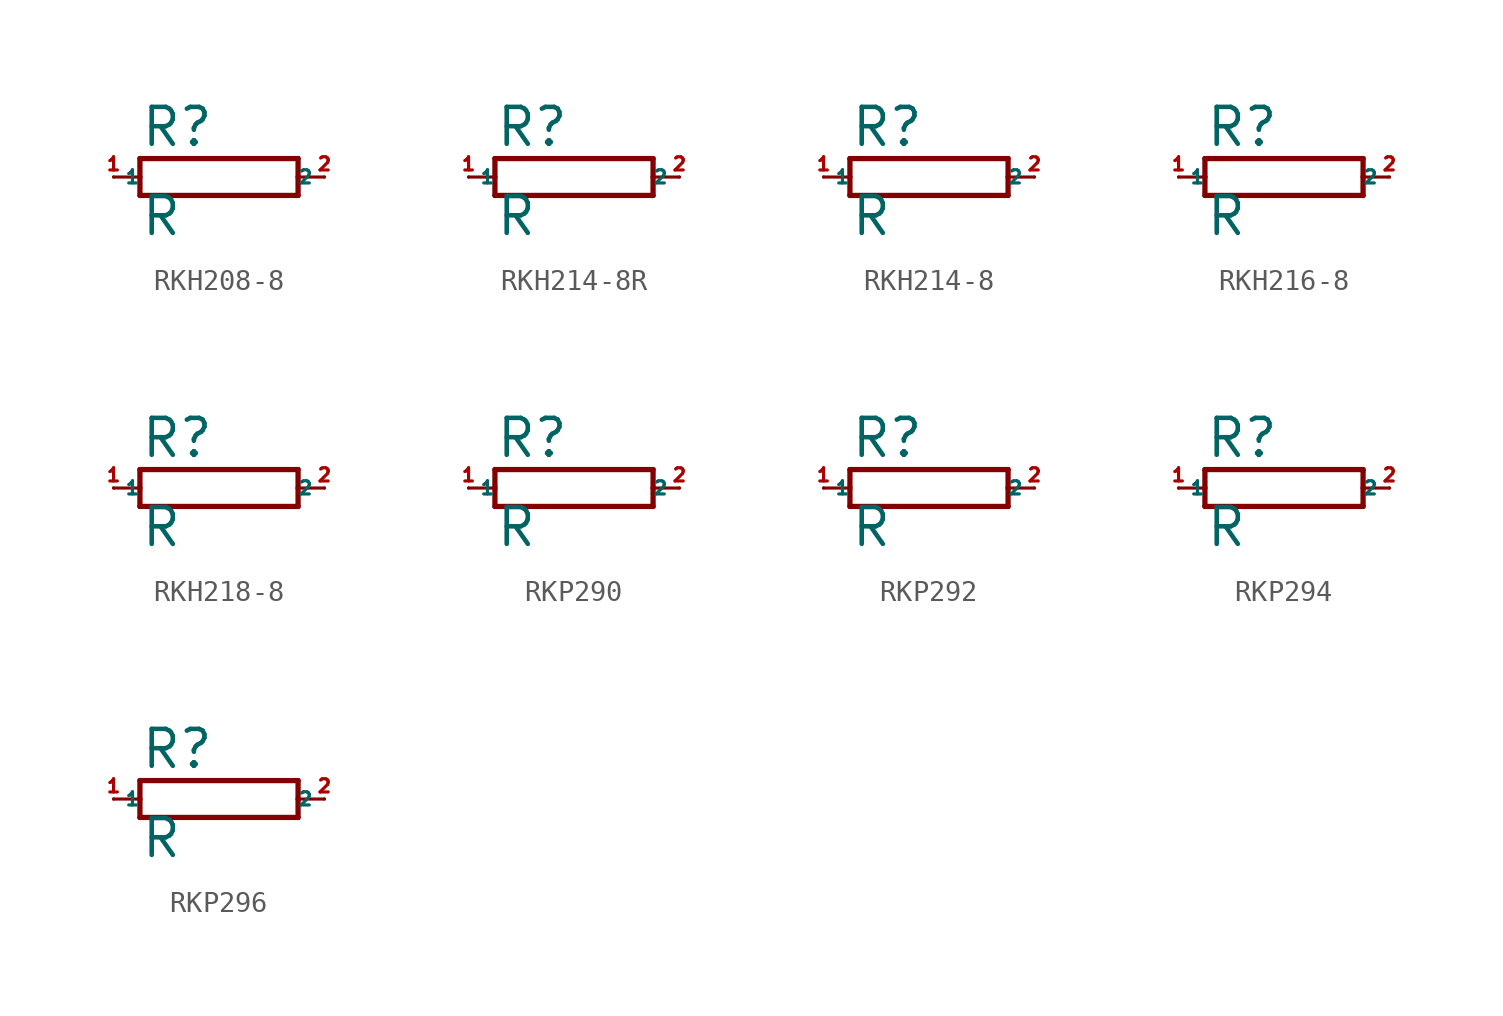
<source format=kicad_sym>
(kicad_symbol_lib
  (version 20220914)
  (generator Eagle2Kicad)
  (symbol "RKH208-8"
    (property "Reference" "R"
      (at -3.81 1.372 0)
      (effects (font (size 1.778 1.778) (thickness 0.22)) (justify left bottom)))
    (property "Value" "R"
      (at -3.81 -2.921 0)
      (effects (font (size 1.778 1.778) (thickness 0.22)) (justify left bottom)))
    (polyline
      (pts (xy -3.81 -0.889) (xy 3.81 -0.889))
      (stroke (width 0.254) (type default))
      (fill (type none)))
    (polyline
      (pts (xy 3.81 -0.889) (xy 3.81 0))
      (stroke (width 0.254) (type default))
      (fill (type none)))
    (polyline
      (pts (xy 3.81 0.889) (xy -3.81 0.889))
      (stroke (width 0.254) (type default))
      (fill (type none)))
    (polyline
      (pts (xy -3.81 -0.889) (xy -3.81 0))
      (stroke (width 0.254) (type default))
      (fill (type none)))
    (polyline
      (pts (xy 3.81 0) (xy 5.08 0))
      (stroke (width 0.152) (type default))
      (fill (type none)))
    (polyline
      (pts (xy 3.81 0) (xy 3.81 0.889))
      (stroke (width 0.254) (type default))
      (fill (type none)))
    (polyline
      (pts (xy -5.08 0) (xy -3.81 0))
      (stroke (width 0.152) (type default))
      (fill (type none)))
    (polyline
      (pts (xy -3.81 0) (xy -3.81 0.889))
      (stroke (width 0.254) (type default))
      (fill (type none)))
    (pin passive line
      (at 5.08 0 180)
      (length 0)
      (name "2" (effects (font (size 0.635 0.635) (thickness 0.08)) (justify left bottom)))
      (number "2" (effects (font (size 0.635 0.635) (thickness 0.08)) (justify left bottom))))
    (pin passive line
      (at -5.08 0 0)
      (length 0)
      (name "1" (effects (font (size 0.635 0.635) (thickness 0.08)) (justify left bottom)))
      (number "1" (effects (font (size 0.635 0.635) (thickness 0.08)) (justify left bottom)))))
  (symbol "RKH214-8R"
    (property "Reference" "R"
      (at -3.81 1.372 0)
      (effects (font (size 1.778 1.778) (thickness 0.22)) (justify left bottom)))
    (property "Value" "R"
      (at -3.81 -2.921 0)
      (effects (font (size 1.778 1.778) (thickness 0.22)) (justify left bottom)))
    (polyline
      (pts (xy -3.81 -0.889) (xy 3.81 -0.889))
      (stroke (width 0.254) (type default))
      (fill (type none)))
    (polyline
      (pts (xy 3.81 -0.889) (xy 3.81 0))
      (stroke (width 0.254) (type default))
      (fill (type none)))
    (polyline
      (pts (xy 3.81 0.889) (xy -3.81 0.889))
      (stroke (width 0.254) (type default))
      (fill (type none)))
    (polyline
      (pts (xy -3.81 -0.889) (xy -3.81 0))
      (stroke (width 0.254) (type default))
      (fill (type none)))
    (polyline
      (pts (xy 3.81 0) (xy 5.08 0))
      (stroke (width 0.152) (type default))
      (fill (type none)))
    (polyline
      (pts (xy 3.81 0) (xy 3.81 0.889))
      (stroke (width 0.254) (type default))
      (fill (type none)))
    (polyline
      (pts (xy -5.08 0) (xy -3.81 0))
      (stroke (width 0.152) (type default))
      (fill (type none)))
    (polyline
      (pts (xy -3.81 0) (xy -3.81 0.889))
      (stroke (width 0.254) (type default))
      (fill (type none)))
    (pin passive line
      (at 5.08 0 180)
      (length 0)
      (name "2" (effects (font (size 0.635 0.635) (thickness 0.08)) (justify left bottom)))
      (number "2" (effects (font (size 0.635 0.635) (thickness 0.08)) (justify left bottom))))
    (pin passive line
      (at -5.08 0 0)
      (length 0)
      (name "1" (effects (font (size 0.635 0.635) (thickness 0.08)) (justify left bottom)))
      (number "1" (effects (font (size 0.635 0.635) (thickness 0.08)) (justify left bottom)))))
  (symbol "RKH214-8"
    (property "Reference" "R"
      (at -3.81 1.372 0)
      (effects (font (size 1.778 1.778) (thickness 0.22)) (justify left bottom)))
    (property "Value" "R"
      (at -3.81 -2.921 0)
      (effects (font (size 1.778 1.778) (thickness 0.22)) (justify left bottom)))
    (polyline
      (pts (xy -3.81 -0.889) (xy 3.81 -0.889))
      (stroke (width 0.254) (type default))
      (fill (type none)))
    (polyline
      (pts (xy 3.81 -0.889) (xy 3.81 0))
      (stroke (width 0.254) (type default))
      (fill (type none)))
    (polyline
      (pts (xy 3.81 0.889) (xy -3.81 0.889))
      (stroke (width 0.254) (type default))
      (fill (type none)))
    (polyline
      (pts (xy -3.81 -0.889) (xy -3.81 0))
      (stroke (width 0.254) (type default))
      (fill (type none)))
    (polyline
      (pts (xy 3.81 0) (xy 5.08 0))
      (stroke (width 0.152) (type default))
      (fill (type none)))
    (polyline
      (pts (xy 3.81 0) (xy 3.81 0.889))
      (stroke (width 0.254) (type default))
      (fill (type none)))
    (polyline
      (pts (xy -5.08 0) (xy -3.81 0))
      (stroke (width 0.152) (type default))
      (fill (type none)))
    (polyline
      (pts (xy -3.81 0) (xy -3.81 0.889))
      (stroke (width 0.254) (type default))
      (fill (type none)))
    (pin passive line
      (at 5.08 0 180)
      (length 0)
      (name "2" (effects (font (size 0.635 0.635) (thickness 0.08)) (justify left bottom)))
      (number "2" (effects (font (size 0.635 0.635) (thickness 0.08)) (justify left bottom))))
    (pin passive line
      (at -5.08 0 0)
      (length 0)
      (name "1" (effects (font (size 0.635 0.635) (thickness 0.08)) (justify left bottom)))
      (number "1" (effects (font (size 0.635 0.635) (thickness 0.08)) (justify left bottom)))))
  (symbol "RKH216-8"
    (property "Reference" "R"
      (at -3.81 1.372 0)
      (effects (font (size 1.778 1.778) (thickness 0.22)) (justify left bottom)))
    (property "Value" "R"
      (at -3.81 -2.921 0)
      (effects (font (size 1.778 1.778) (thickness 0.22)) (justify left bottom)))
    (polyline
      (pts (xy -3.81 -0.889) (xy 3.81 -0.889))
      (stroke (width 0.254) (type default))
      (fill (type none)))
    (polyline
      (pts (xy 3.81 -0.889) (xy 3.81 0))
      (stroke (width 0.254) (type default))
      (fill (type none)))
    (polyline
      (pts (xy 3.81 0.889) (xy -3.81 0.889))
      (stroke (width 0.254) (type default))
      (fill (type none)))
    (polyline
      (pts (xy -3.81 -0.889) (xy -3.81 0))
      (stroke (width 0.254) (type default))
      (fill (type none)))
    (polyline
      (pts (xy 3.81 0) (xy 5.08 0))
      (stroke (width 0.152) (type default))
      (fill (type none)))
    (polyline
      (pts (xy 3.81 0) (xy 3.81 0.889))
      (stroke (width 0.254) (type default))
      (fill (type none)))
    (polyline
      (pts (xy -5.08 0) (xy -3.81 0))
      (stroke (width 0.152) (type default))
      (fill (type none)))
    (polyline
      (pts (xy -3.81 0) (xy -3.81 0.889))
      (stroke (width 0.254) (type default))
      (fill (type none)))
    (pin passive line
      (at 5.08 0 180)
      (length 0)
      (name "2" (effects (font (size 0.635 0.635) (thickness 0.08)) (justify left bottom)))
      (number "2" (effects (font (size 0.635 0.635) (thickness 0.08)) (justify left bottom))))
    (pin passive line
      (at -5.08 0 0)
      (length 0)
      (name "1" (effects (font (size 0.635 0.635) (thickness 0.08)) (justify left bottom)))
      (number "1" (effects (font (size 0.635 0.635) (thickness 0.08)) (justify left bottom)))))
  (symbol "RKH218-8"
    (property "Reference" "R"
      (at -3.81 1.372 0)
      (effects (font (size 1.778 1.778) (thickness 0.22)) (justify left bottom)))
    (property "Value" "R"
      (at -3.81 -2.921 0)
      (effects (font (size 1.778 1.778) (thickness 0.22)) (justify left bottom)))
    (polyline
      (pts (xy -3.81 -0.889) (xy 3.81 -0.889))
      (stroke (width 0.254) (type default))
      (fill (type none)))
    (polyline
      (pts (xy 3.81 -0.889) (xy 3.81 0))
      (stroke (width 0.254) (type default))
      (fill (type none)))
    (polyline
      (pts (xy 3.81 0.889) (xy -3.81 0.889))
      (stroke (width 0.254) (type default))
      (fill (type none)))
    (polyline
      (pts (xy -3.81 -0.889) (xy -3.81 0))
      (stroke (width 0.254) (type default))
      (fill (type none)))
    (polyline
      (pts (xy 3.81 0) (xy 5.08 0))
      (stroke (width 0.152) (type default))
      (fill (type none)))
    (polyline
      (pts (xy 3.81 0) (xy 3.81 0.889))
      (stroke (width 0.254) (type default))
      (fill (type none)))
    (polyline
      (pts (xy -5.08 0) (xy -3.81 0))
      (stroke (width 0.152) (type default))
      (fill (type none)))
    (polyline
      (pts (xy -3.81 0) (xy -3.81 0.889))
      (stroke (width 0.254) (type default))
      (fill (type none)))
    (pin passive line
      (at 5.08 0 180)
      (length 0)
      (name "2" (effects (font (size 0.635 0.635) (thickness 0.08)) (justify left bottom)))
      (number "2" (effects (font (size 0.635 0.635) (thickness 0.08)) (justify left bottom))))
    (pin passive line
      (at -5.08 0 0)
      (length 0)
      (name "1" (effects (font (size 0.635 0.635) (thickness 0.08)) (justify left bottom)))
      (number "1" (effects (font (size 0.635 0.635) (thickness 0.08)) (justify left bottom)))))
  (symbol "RKP290"
    (property "Reference" "R"
      (at -3.81 1.372 0)
      (effects (font (size 1.778 1.778) (thickness 0.22)) (justify left bottom)))
    (property "Value" "R"
      (at -3.81 -2.921 0)
      (effects (font (size 1.778 1.778) (thickness 0.22)) (justify left bottom)))
    (polyline
      (pts (xy -3.81 -0.889) (xy 3.81 -0.889))
      (stroke (width 0.254) (type default))
      (fill (type none)))
    (polyline
      (pts (xy 3.81 -0.889) (xy 3.81 0))
      (stroke (width 0.254) (type default))
      (fill (type none)))
    (polyline
      (pts (xy 3.81 0.889) (xy -3.81 0.889))
      (stroke (width 0.254) (type default))
      (fill (type none)))
    (polyline
      (pts (xy -3.81 -0.889) (xy -3.81 0))
      (stroke (width 0.254) (type default))
      (fill (type none)))
    (polyline
      (pts (xy 3.81 0) (xy 5.08 0))
      (stroke (width 0.152) (type default))
      (fill (type none)))
    (polyline
      (pts (xy 3.81 0) (xy 3.81 0.889))
      (stroke (width 0.254) (type default))
      (fill (type none)))
    (polyline
      (pts (xy -5.08 0) (xy -3.81 0))
      (stroke (width 0.152) (type default))
      (fill (type none)))
    (polyline
      (pts (xy -3.81 0) (xy -3.81 0.889))
      (stroke (width 0.254) (type default))
      (fill (type none)))
    (pin passive line
      (at 5.08 0 180)
      (length 0)
      (name "2" (effects (font (size 0.635 0.635) (thickness 0.08)) (justify left bottom)))
      (number "2" (effects (font (size 0.635 0.635) (thickness 0.08)) (justify left bottom))))
    (pin passive line
      (at -5.08 0 0)
      (length 0)
      (name "1" (effects (font (size 0.635 0.635) (thickness 0.08)) (justify left bottom)))
      (number "1" (effects (font (size 0.635 0.635) (thickness 0.08)) (justify left bottom)))))
  (symbol "RKP292"
    (property "Reference" "R"
      (at -3.81 1.372 0)
      (effects (font (size 1.778 1.778) (thickness 0.22)) (justify left bottom)))
    (property "Value" "R"
      (at -3.81 -2.921 0)
      (effects (font (size 1.778 1.778) (thickness 0.22)) (justify left bottom)))
    (polyline
      (pts (xy -3.81 -0.889) (xy 3.81 -0.889))
      (stroke (width 0.254) (type default))
      (fill (type none)))
    (polyline
      (pts (xy 3.81 -0.889) (xy 3.81 0))
      (stroke (width 0.254) (type default))
      (fill (type none)))
    (polyline
      (pts (xy 3.81 0.889) (xy -3.81 0.889))
      (stroke (width 0.254) (type default))
      (fill (type none)))
    (polyline
      (pts (xy -3.81 -0.889) (xy -3.81 0))
      (stroke (width 0.254) (type default))
      (fill (type none)))
    (polyline
      (pts (xy 3.81 0) (xy 5.08 0))
      (stroke (width 0.152) (type default))
      (fill (type none)))
    (polyline
      (pts (xy 3.81 0) (xy 3.81 0.889))
      (stroke (width 0.254) (type default))
      (fill (type none)))
    (polyline
      (pts (xy -5.08 0) (xy -3.81 0))
      (stroke (width 0.152) (type default))
      (fill (type none)))
    (polyline
      (pts (xy -3.81 0) (xy -3.81 0.889))
      (stroke (width 0.254) (type default))
      (fill (type none)))
    (pin passive line
      (at 5.08 0 180)
      (length 0)
      (name "2" (effects (font (size 0.635 0.635) (thickness 0.08)) (justify left bottom)))
      (number "2" (effects (font (size 0.635 0.635) (thickness 0.08)) (justify left bottom))))
    (pin passive line
      (at -5.08 0 0)
      (length 0)
      (name "1" (effects (font (size 0.635 0.635) (thickness 0.08)) (justify left bottom)))
      (number "1" (effects (font (size 0.635 0.635) (thickness 0.08)) (justify left bottom)))))
  (symbol "RKP294"
    (property "Reference" "R"
      (at -3.81 1.372 0)
      (effects (font (size 1.778 1.778) (thickness 0.22)) (justify left bottom)))
    (property "Value" "R"
      (at -3.81 -2.921 0)
      (effects (font (size 1.778 1.778) (thickness 0.22)) (justify left bottom)))
    (polyline
      (pts (xy -3.81 -0.889) (xy 3.81 -0.889))
      (stroke (width 0.254) (type default))
      (fill (type none)))
    (polyline
      (pts (xy 3.81 -0.889) (xy 3.81 0))
      (stroke (width 0.254) (type default))
      (fill (type none)))
    (polyline
      (pts (xy 3.81 0.889) (xy -3.81 0.889))
      (stroke (width 0.254) (type default))
      (fill (type none)))
    (polyline
      (pts (xy -3.81 -0.889) (xy -3.81 0))
      (stroke (width 0.254) (type default))
      (fill (type none)))
    (polyline
      (pts (xy 3.81 0) (xy 5.08 0))
      (stroke (width 0.152) (type default))
      (fill (type none)))
    (polyline
      (pts (xy 3.81 0) (xy 3.81 0.889))
      (stroke (width 0.254) (type default))
      (fill (type none)))
    (polyline
      (pts (xy -5.08 0) (xy -3.81 0))
      (stroke (width 0.152) (type default))
      (fill (type none)))
    (polyline
      (pts (xy -3.81 0) (xy -3.81 0.889))
      (stroke (width 0.254) (type default))
      (fill (type none)))
    (pin passive line
      (at 5.08 0 180)
      (length 0)
      (name "2" (effects (font (size 0.635 0.635) (thickness 0.08)) (justify left bottom)))
      (number "2" (effects (font (size 0.635 0.635) (thickness 0.08)) (justify left bottom))))
    (pin passive line
      (at -5.08 0 0)
      (length 0)
      (name "1" (effects (font (size 0.635 0.635) (thickness 0.08)) (justify left bottom)))
      (number "1" (effects (font (size 0.635 0.635) (thickness 0.08)) (justify left bottom)))))
  (symbol "RKP296"
    (property "Reference" "R"
      (at -3.81 1.372 0)
      (effects (font (size 1.778 1.778) (thickness 0.22)) (justify left bottom)))
    (property "Value" "R"
      (at -3.81 -2.921 0)
      (effects (font (size 1.778 1.778) (thickness 0.22)) (justify left bottom)))
    (polyline
      (pts (xy -3.81 -0.889) (xy 3.81 -0.889))
      (stroke (width 0.254) (type default))
      (fill (type none)))
    (polyline
      (pts (xy 3.81 -0.889) (xy 3.81 0))
      (stroke (width 0.254) (type default))
      (fill (type none)))
    (polyline
      (pts (xy 3.81 0.889) (xy -3.81 0.889))
      (stroke (width 0.254) (type default))
      (fill (type none)))
    (polyline
      (pts (xy -3.81 -0.889) (xy -3.81 0))
      (stroke (width 0.254) (type default))
      (fill (type none)))
    (polyline
      (pts (xy 3.81 0) (xy 5.08 0))
      (stroke (width 0.152) (type default))
      (fill (type none)))
    (polyline
      (pts (xy 3.81 0) (xy 3.81 0.889))
      (stroke (width 0.254) (type default))
      (fill (type none)))
    (polyline
      (pts (xy -5.08 0) (xy -3.81 0))
      (stroke (width 0.152) (type default))
      (fill (type none)))
    (polyline
      (pts (xy -3.81 0) (xy -3.81 0.889))
      (stroke (width 0.254) (type default))
      (fill (type none)))
    (pin passive line
      (at 5.08 0 180)
      (length 0)
      (name "2" (effects (font (size 0.635 0.635) (thickness 0.08)) (justify left bottom)))
      (number "2" (effects (font (size 0.635 0.635) (thickness 0.08)) (justify left bottom))))
    (pin passive line
      (at -5.08 0 0)
      (length 0)
      (name "1" (effects (font (size 0.635 0.635) (thickness 0.08)) (justify left bottom)))
      (number "1" (effects (font (size 0.635 0.635) (thickness 0.08)) (justify left bottom))))))
</source>
